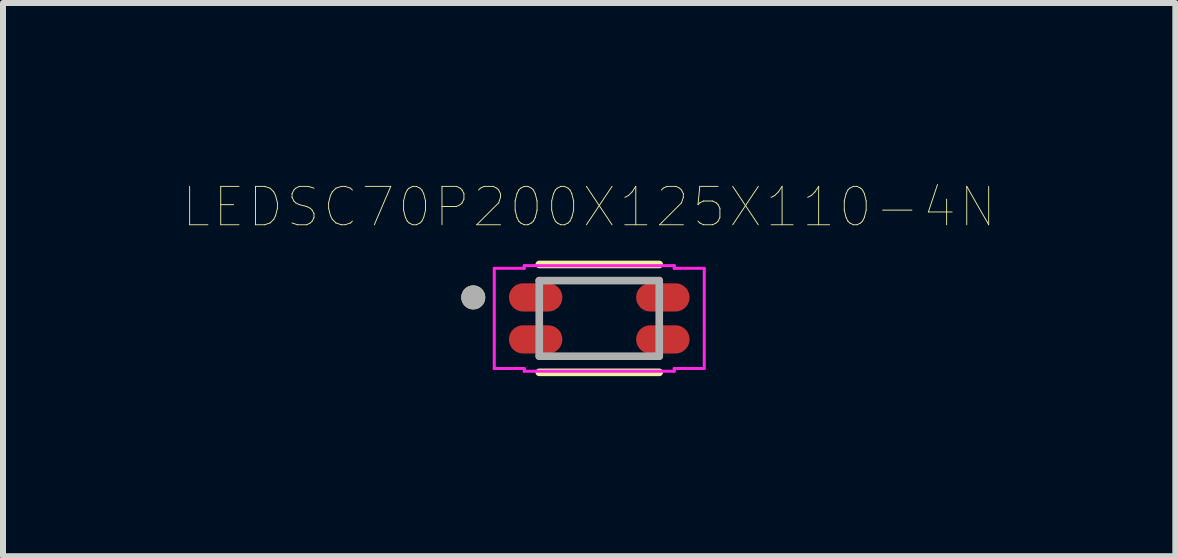
<source format=kicad_pcb>
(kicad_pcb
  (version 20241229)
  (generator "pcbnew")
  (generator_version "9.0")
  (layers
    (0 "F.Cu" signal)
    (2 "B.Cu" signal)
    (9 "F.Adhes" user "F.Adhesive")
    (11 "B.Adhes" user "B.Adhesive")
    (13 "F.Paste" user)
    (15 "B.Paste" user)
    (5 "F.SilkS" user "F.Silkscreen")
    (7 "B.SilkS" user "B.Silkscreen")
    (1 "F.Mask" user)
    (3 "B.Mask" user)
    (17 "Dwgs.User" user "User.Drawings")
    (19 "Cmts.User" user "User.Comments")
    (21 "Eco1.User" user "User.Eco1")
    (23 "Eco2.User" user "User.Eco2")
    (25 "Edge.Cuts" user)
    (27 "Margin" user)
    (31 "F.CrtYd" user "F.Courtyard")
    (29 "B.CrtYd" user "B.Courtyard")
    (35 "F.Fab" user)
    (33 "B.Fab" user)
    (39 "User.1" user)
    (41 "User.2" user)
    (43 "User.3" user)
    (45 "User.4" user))
  (footprint "LEDSC70P200X125X110-4N"
    (layer "F.Cu")
    (at 6.938 2.257)
    (property "Reference" "LEDSC70P200X125X110-4N" (at -0.168 -1.856 0) (layer "F.SilkS") (effects (font (size 0.64 0.64) (thickness 0.015))))
    (attr through_hole)
    (fp_line (start -1 0.899) (end 1 0.899) (stroke (width 0.127) (type solid)) (layer "F.SilkS"))
    (fp_line (start 1 -0.899) (end -1 -0.899) (stroke (width 0.127) (type solid)) (layer "F.SilkS"))
    (fp_circle (center -2.1 -0.35) (end -2 -0.35) (stroke (width 0.2) (type solid)) (fill no) (layer "F.SilkS"))
    (fp_line (start -1.75 -0.835) (end -1.75 0.835) (stroke (width 0.05) (type solid)) (layer "F.CrtYd"))
    (fp_line (start -1.75 0.835) (end -1.25 0.835) (stroke (width 0.05) (type solid)) (layer "F.CrtYd"))
    (fp_line (start -1.25 -0.88) (end -1.25 -0.835) (stroke (width 0.05) (type solid)) (layer "F.CrtYd"))
    (fp_line (start -1.25 -0.835) (end -1.75 -0.835) (stroke (width 0.05) (type solid)) (layer "F.CrtYd"))
    (fp_line (start -1.25 0.835) (end -1.25 0.88) (stroke (width 0.05) (type solid)) (layer "F.CrtYd"))
    (fp_line (start -1.25 0.88) (end 1.25 0.88) (stroke (width 0.05) (type solid)) (layer "F.CrtYd"))
    (fp_line (start 1.25 -0.88) (end -1.25 -0.88) (stroke (width 0.05) (type solid)) (layer "F.CrtYd"))
    (fp_line (start 1.25 -0.835) (end 1.25 -0.88) (stroke (width 0.05) (type solid)) (layer "F.CrtYd"))
    (fp_line (start 1.25 0.835) (end 1.75 0.835) (stroke (width 0.05) (type solid)) (layer "F.CrtYd"))
    (fp_line (start 1.25 0.88) (end 1.25 0.835) (stroke (width 0.05) (type solid)) (layer "F.CrtYd"))
    (fp_line (start 1.75 -0.835) (end 1.25 -0.835) (stroke (width 0.05) (type solid)) (layer "F.CrtYd"))
    (fp_line (start 1.75 0.835) (end 1.75 -0.835) (stroke (width 0.05) (type solid)) (layer "F.CrtYd"))
    (fp_line (start -1 -0.63) (end -1 0.63) (stroke (width 0.127) (type solid)) (layer "F.Fab"))
    (fp_line (start -1 0.63) (end 1 0.63) (stroke (width 0.127) (type solid)) (layer "F.Fab"))
    (fp_line (start 1 -0.63) (end -1 -0.63) (stroke (width 0.127) (type solid)) (layer "F.Fab"))
    (fp_line (start 1 0.63) (end 1 -0.63) (stroke (width 0.127) (type solid)) (layer "F.Fab"))
    (fp_circle (center -2.1 -0.35) (end -2 -0.35) (stroke (width 0.2) (type solid)) (fill no) (layer "F.Fab"))
    (pad "1" smd oval (at -1.06 -0.35) (size 0.89 0.47) (layers "F.Cu" "F.Mask" "F.Paste"))
    (pad "2" smd oval (at 1.06 -0.35) (size 0.89 0.47) (layers "F.Cu" "F.Mask" "F.Paste"))
    (pad "3" smd oval (at -1.06 0.35) (size 0.89 0.47) (layers "F.Cu" "F.Mask" "F.Paste"))
    (pad "4" smd oval (at 1.06 0.35) (size 0.89 0.47) (layers "F.Cu" "F.Mask" "F.Paste")))
  (gr_rect
    (start -3 -3)
    (end 16.54 6.22)
    (stroke (width 0.1) (type default))
    (fill no)
    (layer "Edge.Cuts")))
</source>
